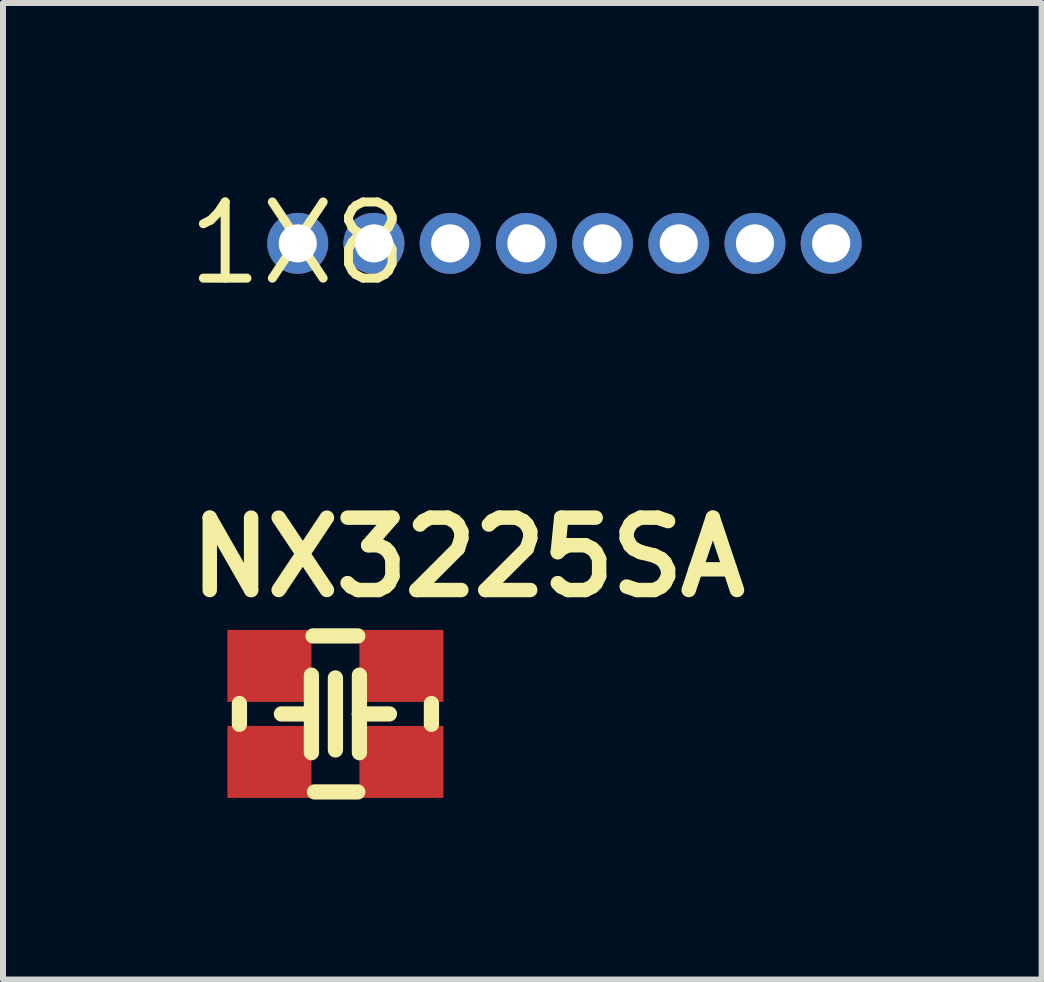
<source format=kicad_pcb>
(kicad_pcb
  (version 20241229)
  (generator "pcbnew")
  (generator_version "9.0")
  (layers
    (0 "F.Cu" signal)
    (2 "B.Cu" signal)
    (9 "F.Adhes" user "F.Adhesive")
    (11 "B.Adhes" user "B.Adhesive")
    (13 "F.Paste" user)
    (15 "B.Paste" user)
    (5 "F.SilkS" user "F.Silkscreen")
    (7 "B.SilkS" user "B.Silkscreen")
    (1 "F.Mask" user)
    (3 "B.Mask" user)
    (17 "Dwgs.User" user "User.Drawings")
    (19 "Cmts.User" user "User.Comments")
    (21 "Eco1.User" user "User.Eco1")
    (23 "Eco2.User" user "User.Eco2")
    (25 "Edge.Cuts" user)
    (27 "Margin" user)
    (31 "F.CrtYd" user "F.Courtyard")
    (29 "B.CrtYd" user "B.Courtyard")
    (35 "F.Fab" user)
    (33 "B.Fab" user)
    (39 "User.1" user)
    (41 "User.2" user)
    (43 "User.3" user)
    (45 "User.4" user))
  (footprint "1X8"
    (layer "F.Cu")
    (at 1.912 1.006)
    (property "Reference" "1X8" (at 0 0 0) (layer "F.SilkS") (effects (font (size 1.27 1.27) (thickness 0.15))))
    (attr through_hole)
    (fp_circle (center 0 0) (end 0.127 0) (stroke (width 0.254) (type solid)) (fill no) (layer "F.SilkS"))
    (fp_circle (center 1.27 0) (end 1.397 0) (stroke (width 0.254) (type solid)) (fill no) (layer "F.SilkS"))
    (fp_circle (center 2.54 0) (end 2.667 0) (stroke (width 0.254) (type solid)) (fill no) (layer "F.SilkS"))
    (fp_circle (center 3.81 0) (end 3.937 0) (stroke (width 0.254) (type solid)) (fill no) (layer "F.SilkS"))
    (fp_circle (center 5.08 0) (end 5.207 0) (stroke (width 0.254) (type solid)) (fill no) (layer "F.SilkS"))
    (fp_circle (center 6.35 0) (end 6.477 0) (stroke (width 0.254) (type solid)) (fill no) (layer "F.SilkS"))
    (fp_circle (center 7.62 0) (end 7.747 0) (stroke (width 0.254) (type solid)) (fill no) (layer "F.SilkS"))
    (fp_circle (center 8.89 0) (end 9.017 0) (stroke (width 0.254) (type solid)) (fill no) (layer "F.SilkS"))
    (pad "1" thru_hole circle (at 0 0) (size 1.016 1.016) (drill 0.635) (layers "*.Cu" "*.Mask"))
    (pad "2" thru_hole circle (at 1.27 0) (size 1.016 1.016) (drill 0.635) (layers "*.Cu" "*.Mask"))
    (pad "3" thru_hole circle (at 2.54 0) (size 1.016 1.016) (drill 0.635) (layers "*.Cu" "*.Mask"))
    (pad "4" thru_hole circle (at 3.81 0) (size 1.016 1.016) (drill 0.635) (layers "*.Cu" "*.Mask"))
    (pad "5" thru_hole circle (at 5.08 0) (size 1.016 1.016) (drill 0.635) (layers "*.Cu" "*.Mask"))
    (pad "6" thru_hole circle (at 6.35 0) (size 1.016 1.016) (drill 0.635) (layers "*.Cu" "*.Mask"))
    (pad "7" thru_hole circle (at 7.62 0) (size 1.016 1.016) (drill 0.635) (layers "*.Cu" "*.Mask"))
    (pad "8" thru_hole circle (at 8.89 0) (size 1.016 1.016) (drill 0.635) (layers "*.Cu" "*.Mask")))
  (footprint "NX3225SA"
    (layer "F.Cu")
    (at 2.54 8.848)
    (property "Reference" "NX3225SA" (at -2.54 -1.905 180) (layer "F.SilkS") (effects (font (size 1.206 1.206) (thickness 0.241)) (justify left bottom)))
    (attr through_hole)
    (fp_line (start -1.6 0.173) (end -1.6 -0.173) (stroke (width 0.254) (type solid)) (layer "F.SilkS"))
    (fp_line (start -0.4 -0.646) (end -0.4 0) (stroke (width 0.254) (type solid)) (layer "F.SilkS"))
    (fp_line (start -0.4 0) (end -0.9 0) (stroke (width 0.254) (type solid)) (layer "F.SilkS"))
    (fp_line (start -0.4 0) (end -0.4 0.646) (stroke (width 0.254) (type solid)) (layer "F.SilkS"))
    (fp_line (start -0.373 -1.3) (end 0.373 -1.3) (stroke (width 0.254) (type solid)) (layer "F.SilkS"))
    (fp_line (start 0 0.6) (end 0 -0.6) (stroke (width 0.254) (type solid)) (layer "F.SilkS"))
    (fp_line (start 0.373 1.3) (end -0.348 1.3) (stroke (width 0.254) (type solid)) (layer "F.SilkS"))
    (fp_line (start 0.4 -0.646) (end 0.4 0) (stroke (width 0.254) (type solid)) (layer "F.SilkS"))
    (fp_line (start 0.4 0) (end 0.4 0.646) (stroke (width 0.254) (type solid)) (layer "F.SilkS"))
    (fp_line (start 0.4 0) (end 0.9 0) (stroke (width 0.254) (type solid)) (layer "F.SilkS"))
    (fp_line (start 1.6 -0.173) (end 1.6 0.173) (stroke (width 0.254) (type solid)) (layer "F.SilkS"))
    (pad "1" smd rect (at -1.1 0.8) (size 1.4 1.2) (layers "F.Cu" "F.Mask" "F.Paste"))
    (pad "2" smd rect (at 1.1 -0.8) (size 1.4 1.2) (layers "F.Cu" "F.Mask" "F.Paste"))
    (pad "NC_1" smd rect (at 1.1 0.8) (size 1.4 1.2) (layers "F.Cu" "F.Mask" "F.Paste"))
    (pad "NC_2" smd rect (at -1.1 -0.8) (size 1.4 1.2) (layers "F.Cu" "F.Mask" "F.Paste")))
  (gr_rect
    (start -3 -3)
    (end 14.31 13.275)
    (stroke (width 0.1) (type default))
    (fill no)
    (layer "Edge.Cuts")))
</source>
